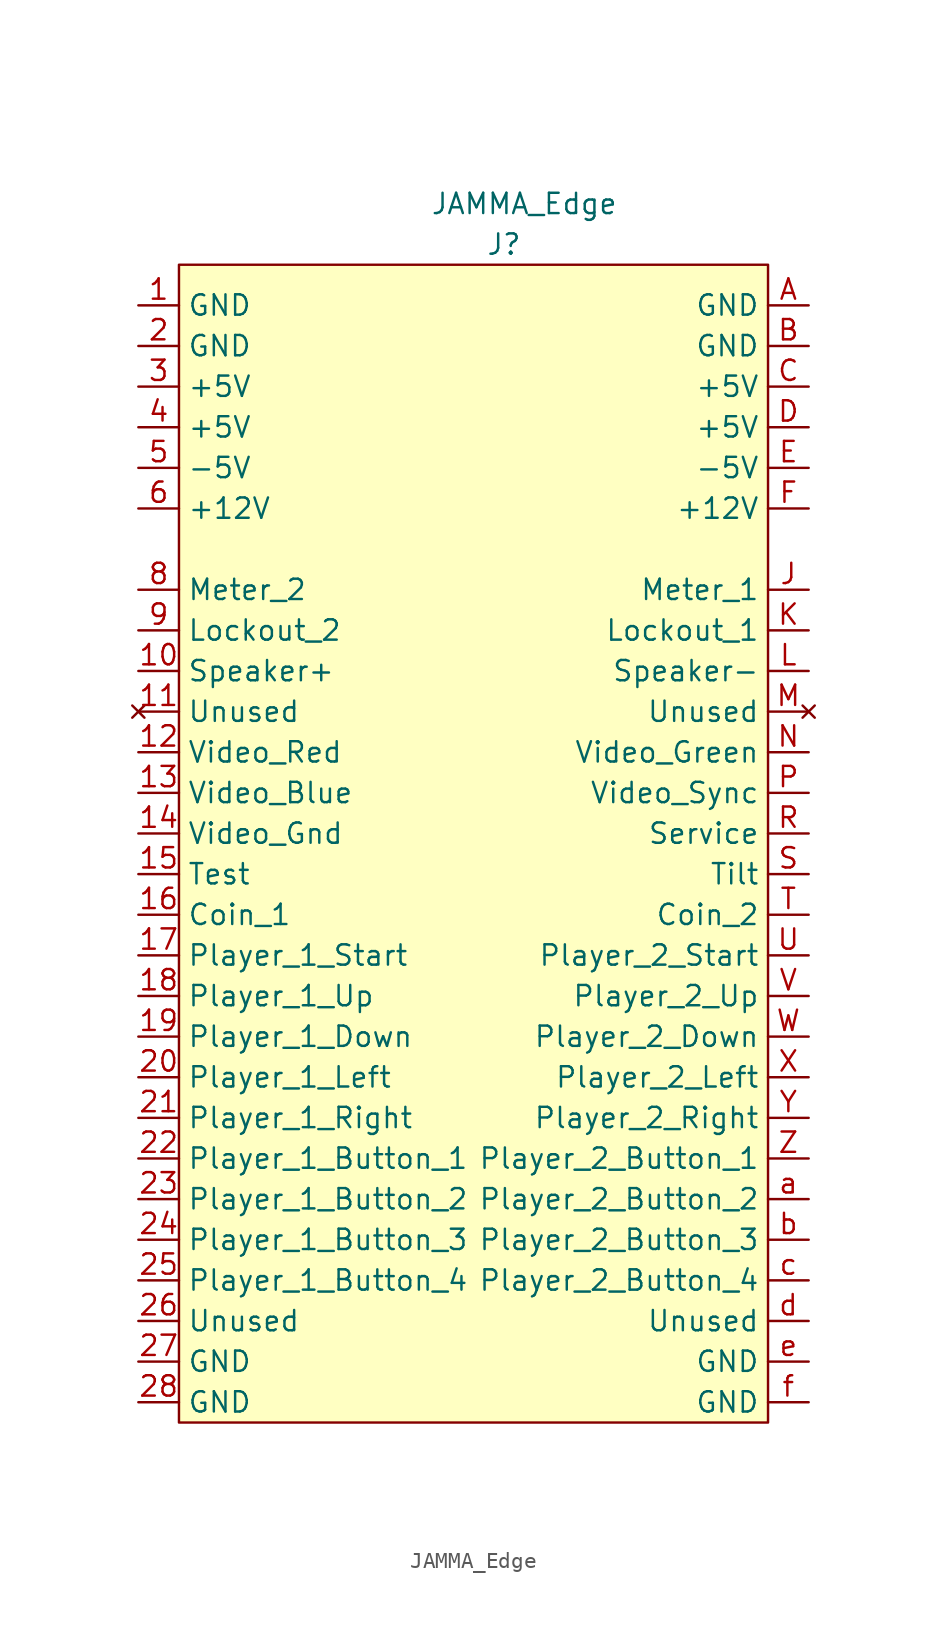
<source format=kicad_sym>
(kicad_symbol_lib
  (version 20211014)
  (generator kicad_symbol_editor)
  (symbol "JAMMA_Edge"
    (property "Reference" "J"
      (at 20.32 1.27 0)
      (effects (font (size 1.27 1.27))))
    (property "Value" "JAMMA_Edge"
      (at 21.59 3.81 0)
      (effects (font (size 1.27 1.27))))
    (symbol "JAMMA_Edge_0_1"
      (rectangle (start 0 0) (end 36.83 -72.39) (stroke (width 0) (type default) (color 0 0 0 0)) (fill (type background))))
    (symbol "JAMMA_Edge_1_1"
      (pin power_out line (at -2.54 -2.54 0) (length 2.54) (name "GND" (effects (font (size 1.27 1.27)))) (number "1" (effects (font (size 1.27 1.27)))))
      (pin input line (at -2.54 -25.4 0) (length 2.54) (name "Speaker+" (effects (font (size 1.27 1.27)))) (number "10" (effects (font (size 1.27 1.27)))))
      (pin no_connect line (at -2.54 -27.94 0) (length 2.54) (name "Unused" (effects (font (size 1.27 1.27)))) (number "11" (effects (font (size 1.27 1.27)))))
      (pin input line (at -2.54 -30.48 0) (length 2.54) (name "Video_Red" (effects (font (size 1.27 1.27)))) (number "12" (effects (font (size 1.27 1.27)))))
      (pin input line (at -2.54 -33.02 0) (length 2.54) (name "Video_Blue" (effects (font (size 1.27 1.27)))) (number "13" (effects (font (size 1.27 1.27)))))
      (pin power_out line (at -2.54 -35.56 0) (length 2.54) (name "Video_Gnd" (effects (font (size 1.27 1.27)))) (number "14" (effects (font (size 1.27 1.27)))))
      (pin open_collector line (at -2.54 -38.1 0) (length 2.54) (name "Test" (effects (font (size 1.27 1.27)))) (number "15" (effects (font (size 1.27 1.27)))))
      (pin output line (at -2.54 -40.64 0) (length 2.54) (name "Coin_1" (effects (font (size 1.27 1.27)))) (number "16" (effects (font (size 1.27 1.27)))))
      (pin output line (at -2.54 -43.18 0) (length 2.54) (name "Player_1_Start" (effects (font (size 1.27 1.27)))) (number "17" (effects (font (size 1.27 1.27)))))
      (pin output line (at -2.54 -45.72 0) (length 2.54) (name "Player_1_Up" (effects (font (size 1.27 1.27)))) (number "18" (effects (font (size 1.27 1.27)))))
      (pin output line (at -2.54 -48.26 0) (length 2.54) (name "Player_1_Down" (effects (font (size 1.27 1.27)))) (number "19" (effects (font (size 1.27 1.27)))))
      (pin passive line (at -2.54 -5.08 0) (length 2.54) (name "GND" (effects (font (size 1.27 1.27)))) (number "2" (effects (font (size 1.27 1.27)))))
      (pin output line (at -2.54 -50.8 0) (length 2.54) (name "Player_1_Left" (effects (font (size 1.27 1.27)))) (number "20" (effects (font (size 1.27 1.27)))))
      (pin output line (at -2.54 -53.34 0) (length 2.54) (name "Player_1_Right" (effects (font (size 1.27 1.27)))) (number "21" (effects (font (size 1.27 1.27)))))
      (pin output line (at -2.54 -55.88 0) (length 2.54) (name "Player_1_Button_1" (effects (font (size 1.27 1.27)))) (number "22" (effects (font (size 1.27 1.27)))))
      (pin output line (at -2.54 -58.42 0) (length 2.54) (name "Player_1_Button_2" (effects (font (size 1.27 1.27)))) (number "23" (effects (font (size 1.27 1.27)))))
      (pin output line (at -2.54 -60.96 0) (length 2.54) (name "Player_1_Button_3" (effects (font (size 1.27 1.27)))) (number "24" (effects (font (size 1.27 1.27)))))
      (pin output line (at -2.54 -63.5 0) (length 2.54) (name "Player_1_Button_4" (effects (font (size 1.27 1.27)))) (number "25" (effects (font (size 1.27 1.27)))))
      (pin passive line (at -2.54 -66.04 0) (length 2.54) (name "Unused" (effects (font (size 1.27 1.27)))) (number "26" (effects (font (size 1.27 1.27)))))
      (pin passive line (at -2.54 -68.58 0) (length 2.54) (name "GND" (effects (font (size 1.27 1.27)))) (number "27" (effects (font (size 1.27 1.27)))))
      (pin passive line (at -2.54 -71.12 0) (length 2.54) (name "GND" (effects (font (size 1.27 1.27)))) (number "28" (effects (font (size 1.27 1.27)))))
      (pin power_out line (at -2.54 -7.62 0) (length 2.54) (name "+5V" (effects (font (size 1.27 1.27)))) (number "3" (effects (font (size 1.27 1.27)))))
      (pin passive line (at -2.54 -10.16 0) (length 2.54) (name "+5V" (effects (font (size 1.27 1.27)))) (number "4" (effects (font (size 1.27 1.27)))))
      (pin power_out line (at -2.54 -12.7 0) (length 2.54) (name "-5V" (effects (font (size 1.27 1.27)))) (number "5" (effects (font (size 1.27 1.27)))))
      (pin power_out line (at -2.54 -15.24 0) (length 2.54) (name "+12V" (effects (font (size 1.27 1.27)))) (number "6" (effects (font (size 1.27 1.27)))))
      (pin open_collector line (at -2.54 -20.32 0) (length 2.54) (name "Meter_2" (effects (font (size 1.27 1.27)))) (number "8" (effects (font (size 1.27 1.27)))))
      (pin open_collector line (at -2.54 -22.86 0) (length 2.54) (name "Lockout_2" (effects (font (size 1.27 1.27)))) (number "9" (effects (font (size 1.27 1.27)))))
      (pin passive line (at 39.37 -2.54 180) (length 2.54) (name "GND" (effects (font (size 1.27 1.27)))) (number "A" (effects (font (size 1.27 1.27)))))
      (pin passive line (at 39.37 -5.08 180) (length 2.54) (name "GND" (effects (font (size 1.27 1.27)))) (number "B" (effects (font (size 1.27 1.27)))))
      (pin passive line (at 39.37 -7.62 180) (length 2.54) (name "+5V" (effects (font (size 1.27 1.27)))) (number "C" (effects (font (size 1.27 1.27)))))
      (pin passive line (at 39.37 -10.16 180) (length 2.54) (name "+5V" (effects (font (size 1.27 1.27)))) (number "D" (effects (font (size 1.27 1.27)))))
      (pin passive line (at 39.37 -12.7 180) (length 2.54) (name "-5V" (effects (font (size 1.27 1.27)))) (number "E" (effects (font (size 1.27 1.27)))))
      (pin passive line (at 39.37 -15.24 180) (length 2.54) (name "+12V" (effects (font (size 1.27 1.27)))) (number "F" (effects (font (size 1.27 1.27)))))
      (pin open_collector line (at 39.37 -20.32 180) (length 2.54) (name "Meter_1" (effects (font (size 1.27 1.27)))) (number "J" (effects (font (size 1.27 1.27)))))
      (pin open_collector line (at 39.37 -22.86 180) (length 2.54) (name "Lockout_1" (effects (font (size 1.27 1.27)))) (number "K" (effects (font (size 1.27 1.27)))))
      (pin input line (at 39.37 -25.4 180) (length 2.54) (name "Speaker-" (effects (font (size 1.27 1.27)))) (number "L" (effects (font (size 1.27 1.27)))))
      (pin no_connect line (at 39.37 -27.94 180) (length 2.54) (name "Unused" (effects (font (size 1.27 1.27)))) (number "M" (effects (font (size 1.27 1.27)))))
      (pin input line (at 39.37 -30.48 180) (length 2.54) (name "Video_Green" (effects (font (size 1.27 1.27)))) (number "N" (effects (font (size 1.27 1.27)))))
      (pin input line (at 39.37 -33.02 180) (length 2.54) (name "Video_Sync" (effects (font (size 1.27 1.27)))) (number "P" (effects (font (size 1.27 1.27)))))
      (pin open_collector line (at 39.37 -35.56 180) (length 2.54) (name "Service" (effects (font (size 1.27 1.27)))) (number "R" (effects (font (size 1.27 1.27)))))
      (pin open_collector line (at 39.37 -38.1 180) (length 2.54) (name "Tilt" (effects (font (size 1.27 1.27)))) (number "S" (effects (font (size 1.27 1.27)))))
      (pin output line (at 39.37 -40.64 180) (length 2.54) (name "Coin_2" (effects (font (size 1.27 1.27)))) (number "T" (effects (font (size 1.27 1.27)))))
      (pin output line (at 39.37 -43.18 180) (length 2.54) (name "Player_2_Start" (effects (font (size 1.27 1.27)))) (number "U" (effects (font (size 1.27 1.27)))))
      (pin output line (at 39.37 -45.72 180) (length 2.54) (name "Player_2_Up" (effects (font (size 1.27 1.27)))) (number "V" (effects (font (size 1.27 1.27)))))
      (pin output line (at 39.37 -48.26 180) (length 2.54) (name "Player_2_Down" (effects (font (size 1.27 1.27)))) (number "W" (effects (font (size 1.27 1.27)))))
      (pin output line (at 39.37 -50.8 180) (length 2.54) (name "Player_2_Left" (effects (font (size 1.27 1.27)))) (number "X" (effects (font (size 1.27 1.27)))))
      (pin output line (at 39.37 -53.34 180) (length 2.54) (name "Player_2_Right" (effects (font (size 1.27 1.27)))) (number "Y" (effects (font (size 1.27 1.27)))))
      (pin output line (at 39.37 -55.88 180) (length 2.54) (name "Player_2_Button_1" (effects (font (size 1.27 1.27)))) (number "Z" (effects (font (size 1.27 1.27)))))
      (pin output line (at 39.37 -58.42 180) (length 2.54) (name "Player_2_Button_2" (effects (font (size 1.27 1.27)))) (number "a" (effects (font (size 1.27 1.27)))))
      (pin output line (at 39.37 -60.96 180) (length 2.54) (name "Player_2_Button_3" (effects (font (size 1.27 1.27)))) (number "b" (effects (font (size 1.27 1.27)))))
      (pin output line (at 39.37 -63.5 180) (length 2.54) (name "Player_2_Button_4" (effects (font (size 1.27 1.27)))) (number "c" (effects (font (size 1.27 1.27)))))
      (pin passive line (at 39.37 -66.04 180) (length 2.54) (name "Unused" (effects (font (size 1.27 1.27)))) (number "d" (effects (font (size 1.27 1.27)))))
      (pin passive line (at 39.37 -68.58 180) (length 2.54) (name "GND" (effects (font (size 1.27 1.27)))) (number "e" (effects (font (size 1.27 1.27)))))
      (pin passive line (at 39.37 -71.12 180) (length 2.54) (name "GND" (effects (font (size 1.27 1.27)))) (number "f" (effects (font (size 1.27 1.27))))))))
</source>
